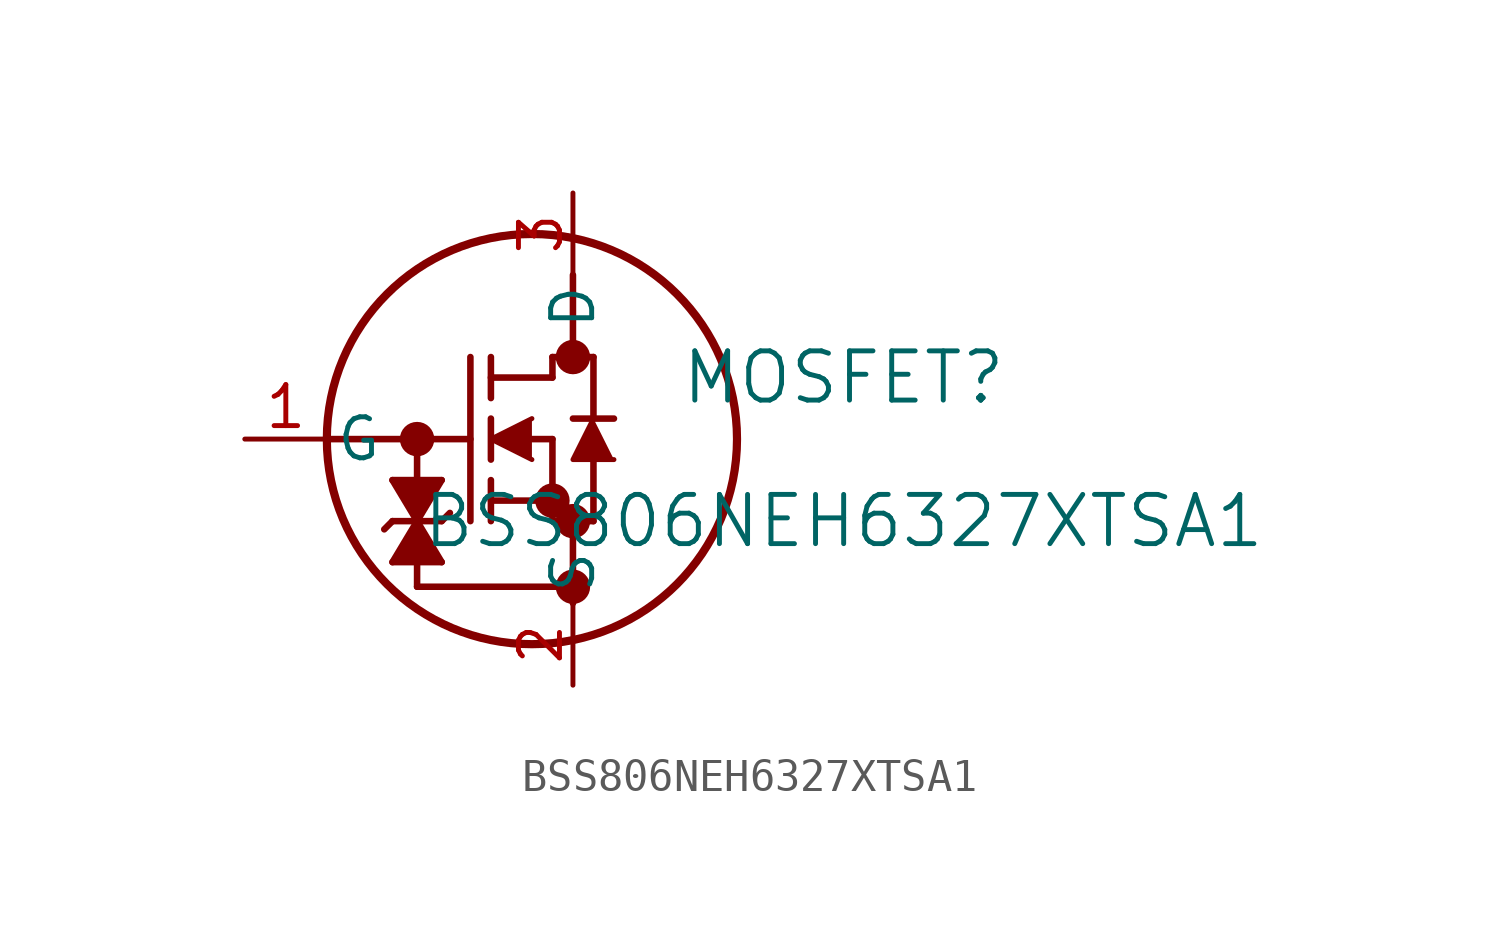
<source format=kicad_sym>
(kicad_symbol_lib
  (version 20211014)
  (generator kicad_symbol_editor)
  (symbol "BSS806NEH6327XTSA1"
    (pin_names
      (offset 0.254))
    (property "Reference" "MOSFET"
      (at 18.542 1.905 0)
      (effects (font (size 1.524 1.524))))
    (property "Value" "BSS806NEH6327XTSA1"
      (at 18.542 -2.54 0)
      (effects (font (size 1.524 1.524))))
    (circle
      (center 10.16 2.54)
      (radius 0.025)
      (stroke (width 0.508) (type default) (color 0 0 0 0))
      (fill (type none)))
    (circle
      (center 10.16 -2.54)
      (radius 0.025)
      (stroke (width 0.508) (type default) (color 0 0 0 0))
      (fill (type none)))
    (circle
      (center 9.525 -1.905)
      (radius 0.025)
      (stroke (width 0.508) (type default) (color 0 0 0 0))
      (fill (type none)))
    (circle
      (center 8.89 0)
      (radius 6.35)
      (stroke (width 0.254) (type default) (color 0 0 0 0))
      (fill (type none)))
    (polyline
      (pts (xy 2.54 0) (xy 6.985 0))
      (stroke (width 0.203) (type default) (color 0 0 0 0))
      (fill (type none)))
    (polyline
      (pts (xy 6.985 -2.54) (xy 6.985 2.54))
      (stroke (width 0.203) (type default) (color 0 0 0 0))
      (fill (type none)))
    (polyline
      (pts (xy 7.62 -0.635) (xy 7.62 0.635))
      (stroke (width 0.203) (type default) (color 0 0 0 0))
      (fill (type none)))
    (polyline
      (pts (xy 7.62 -2.54) (xy 7.62 -1.27))
      (stroke (width 0.203) (type default) (color 0 0 0 0))
      (fill (type none)))
    (polyline
      (pts (xy 7.62 1.27) (xy 7.62 2.54))
      (stroke (width 0.203) (type default) (color 0 0 0 0))
      (fill (type none)))
    (polyline
      (pts (xy 8.89 0) (xy 9.525 0))
      (stroke (width 0.203) (type default) (color 0 0 0 0))
      (fill (type none)))
    (polyline
      (pts (xy 7.62 -1.905) (xy 9.525 -1.905))
      (stroke (width 0.203) (type default) (color 0 0 0 0))
      (fill (type none)))
    (polyline
      (pts (xy 9.525 -2.54) (xy 9.525 0))
      (stroke (width 0.203) (type default) (color 0 0 0 0))
      (fill (type none)))
    (polyline
      (pts (xy 9.525 -2.54) (xy 10.795 -2.54))
      (stroke (width 0.203) (type default) (color 0 0 0 0))
      (fill (type none)))
    (polyline
      (pts (xy 7.62 1.905) (xy 9.525 1.905))
      (stroke (width 0.203) (type default) (color 0 0 0 0))
      (fill (type none)))
    (polyline
      (pts (xy 10.795 0.635) (xy 10.795 2.54))
      (stroke (width 0.203) (type default) (color 0 0 0 0))
      (fill (type none)))
    (polyline
      (pts (xy 10.795 -2.54) (xy 10.795 -0.635))
      (stroke (width 0.203) (type default) (color 0 0 0 0))
      (fill (type none)))
    (polyline
      (pts (xy 11.43 0.635) (xy 10.16 0.635))
      (stroke (width 0.203) (type default) (color 0 0 0 0))
      (fill (type none)))
    (polyline
      (pts (xy 9.525 2.54) (xy 10.795 2.54))
      (stroke (width 0.203) (type default) (color 0 0 0 0))
      (fill (type none)))
    (polyline
      (pts (xy 9.525 1.905) (xy 9.525 2.54))
      (stroke (width 0.203) (type default) (color 0 0 0 0))
      (fill (type none)))
    (polyline
      (pts (xy 8.89 0.635) (xy 7.62 0) (xy 8.89 -0.635))
      (stroke (width 0) (type default) (color 0 0 0 0))
      (fill (type outline)))
    (polyline
      (pts (xy 11.43 -0.635) (xy 10.16 -0.635) (xy 10.795 0.635))
      (stroke (width 0) (type default) (color 0 0 0 0))
      (fill (type outline)))
    (polyline
      (pts (xy 10.16 5.08) (xy 10.16 2.54))
      (stroke (width 0.203) (type default) (color 0 0 0 0))
      (fill (type none)))
    (polyline
      (pts (xy 10.16 -2.54) (xy 10.16 -5.08))
      (stroke (width 0.203) (type default) (color 0 0 0 0))
      (fill (type none)))
    (polyline
      (pts (xy 10.16 -4.572) (xy 5.334 -4.572))
      (stroke (width 0.203) (type default) (color 0 0 0 0))
      (fill (type none)))
    (polyline
      (pts (xy 5.334 -4.572) (xy 5.334 0))
      (stroke (width 0.203) (type default) (color 0 0 0 0))
      (fill (type none)))
    (polyline
      (pts (xy 5.334 -2.54) (xy 6.096 -1.27))
      (stroke (width 0.203) (type default) (color 0 0 0 0))
      (fill (type none)))
    (polyline
      (pts (xy 6.096 -1.27) (xy 4.572 -1.27))
      (stroke (width 0.203) (type default) (color 0 0 0 0))
      (fill (type none)))
    (polyline
      (pts (xy 4.572 -1.27) (xy 5.334 -2.54))
      (stroke (width 0.203) (type default) (color 0 0 0 0))
      (fill (type none)))
    (polyline
      (pts (xy 5.334 -2.54) (xy 4.572 -3.81))
      (stroke (width 0.203) (type default) (color 0 0 0 0))
      (fill (type none)))
    (polyline
      (pts (xy 4.572 -3.81) (xy 6.096 -3.81))
      (stroke (width 0.203) (type default) (color 0 0 0 0))
      (fill (type none)))
    (polyline
      (pts (xy 6.096 -3.81) (xy 5.334 -2.54))
      (stroke (width 0.203) (type default) (color 0 0 0 0))
      (fill (type none)))
    (polyline
      (pts (xy 4.572 -2.54) (xy 6.096 -2.54))
      (stroke (width 0.203) (type default) (color 0 0 0 0))
      (fill (type none)))
    (polyline
      (pts (xy 6.096 -2.54) (xy 6.35 -2.286))
      (stroke (width 0.203) (type default) (color 0 0 0 0))
      (fill (type none)))
    (polyline
      (pts (xy 4.572 -2.54) (xy 4.318 -2.794))
      (stroke (width 0.203) (type default) (color 0 0 0 0))
      (fill (type none)))
    (polyline
      (pts (xy 4.572 -1.27) (xy 5.334 -2.54) (xy 6.096 -1.27))
      (stroke (width 0) (type default) (color 0 0 0 0))
      (fill (type outline)))
    (circle
      (center 5.334 0)
      (radius 0.025)
      (stroke (width 0.508) (type default) (color 0 0 0 0))
      (fill (type none)))
    (polyline
      (pts (xy 5.334 -2.54) (xy 5.08 -3.81))
      (stroke (width 0) (type default) (color 0 0 0 0))
      (fill (type outline)))
    (polyline
      (pts (xy 5.334 -2.54) (xy 4.572 -3.81) (xy 6.096 -3.81))
      (stroke (width 0) (type default) (color 0 0 0 0))
      (fill (type outline)))
    (circle
      (center 10.16 -4.572)
      (radius 0.025)
      (stroke (width 0.508) (type default) (color 0 0 0 0))
      (fill (type none)))
    (pin unspecified line
      (at 0 0 0)
      (length 2.54)
      (name "G" (effects (font (size 1.27 1.27))))
      (number "1" (effects (font (size 1.27 1.27)))))
    (pin unspecified line
      (at 10.16 -7.62 90)
      (length 2.54)
      (name "S" (effects (font (size 1.27 1.27))))
      (number "2" (effects (font (size 1.27 1.27)))))
    (pin unspecified line
      (at 10.16 7.62 270)
      (length 2.54)
      (name "D" (effects (font (size 1.27 1.27))))
      (number "3" (effects (font (size 1.27 1.27)))))))
</source>
